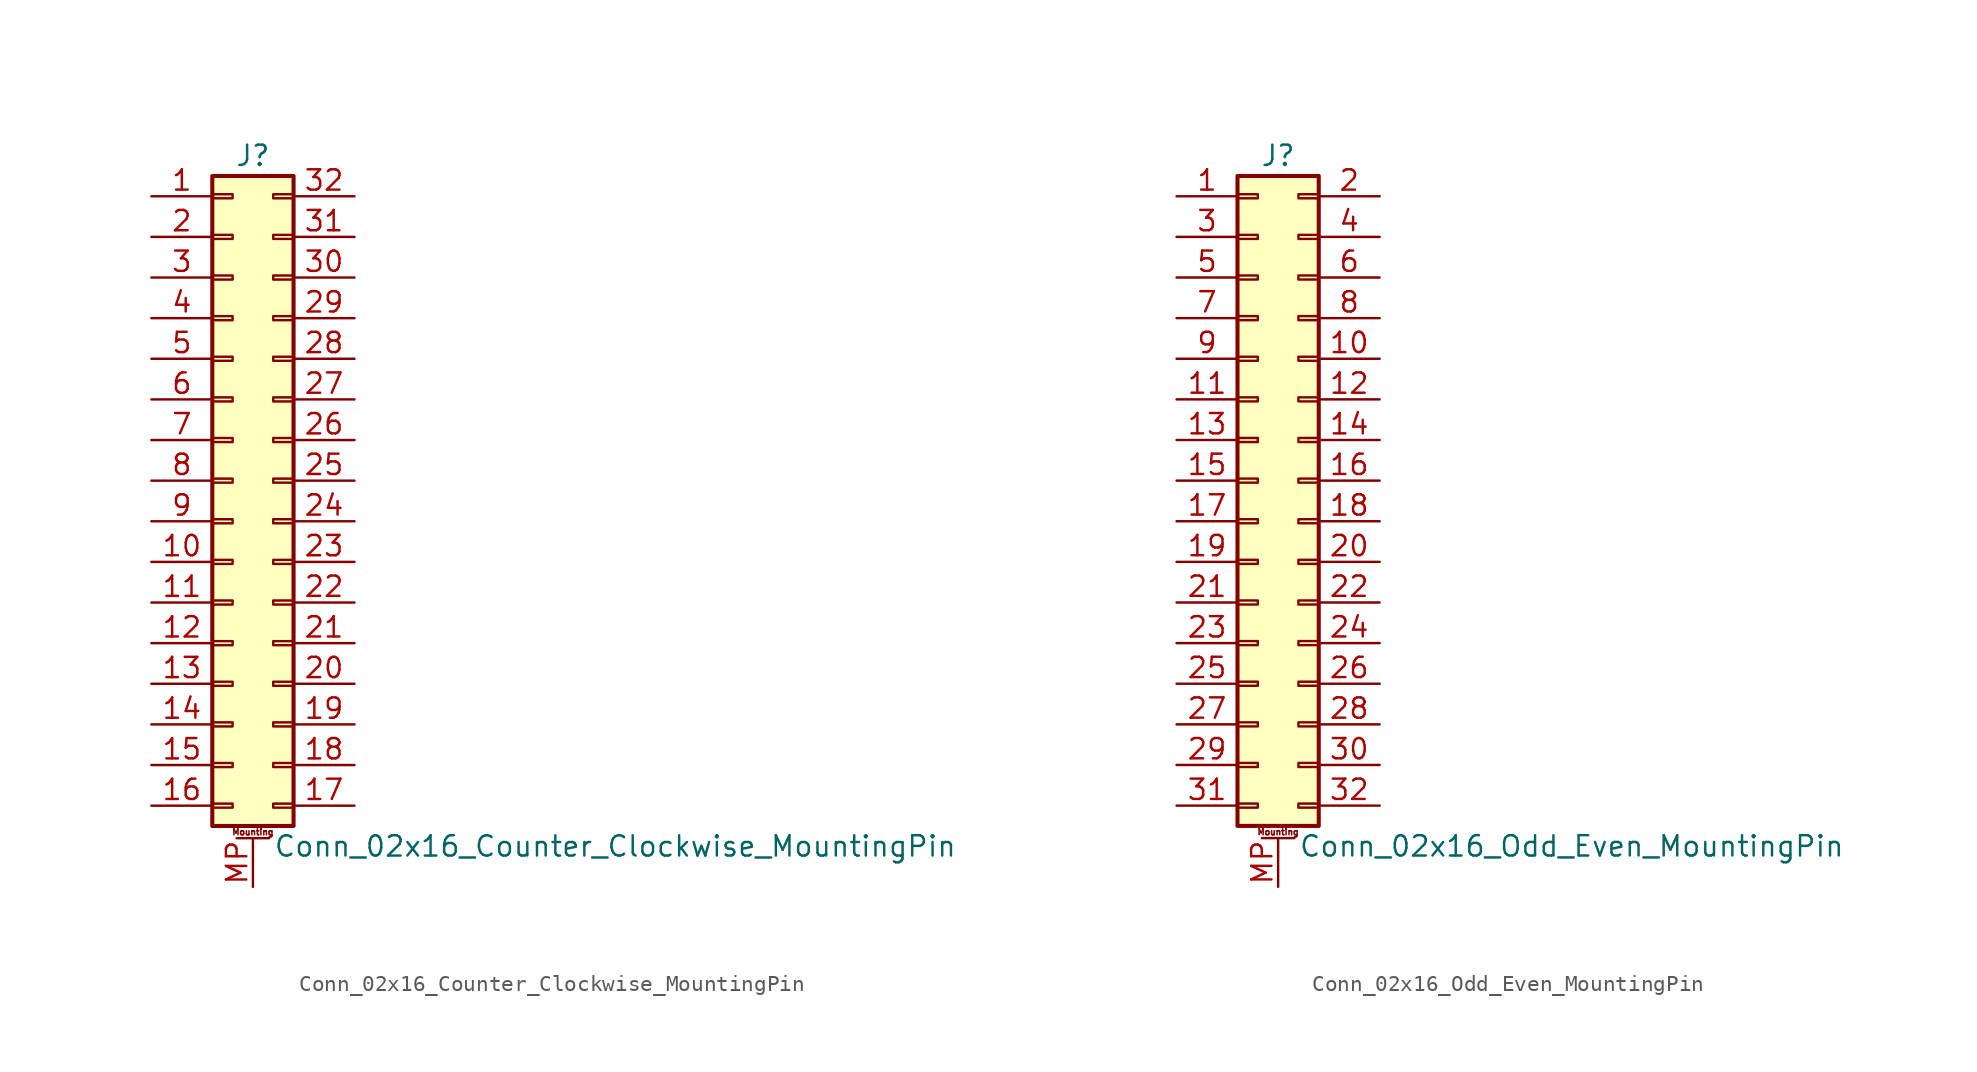
<source format=kicad_sym>
(kicad_symbol_lib
  (version 20201005)
  (generator kicad_symbol_editor)
  (symbol "Conn_02x16_Counter_Clockwise_MountingPin"
    (pin_names
      (offset 1.016) hide)
    (property "Reference" "J"
      (at 1.27 20.32 0)
      (effects (font (size 1.27 1.27))))
    (property "Value" "Conn_02x16_Counter_Clockwise_MountingPin"
      (at 2.54 -22.86 0)
      (effects (font (size 1.27 1.27)) (justify left)))
    (symbol "Conn_02x16_Counter_Clockwise_MountingPin_1_1"
      (text "Mounting" (at 1.27 -21.971 0) (effects (font (size 0.381 0.381))))
      (rectangle (start -1.27 -20.193) (end 0 -20.447) (stroke (width 0.152)) (fill (type none)))
      (rectangle (start -1.27 -17.653) (end 0 -17.907) (stroke (width 0.152)) (fill (type none)))
      (rectangle (start -1.27 -15.113) (end 0 -15.367) (stroke (width 0.152)) (fill (type none)))
      (rectangle (start -1.27 -12.573) (end 0 -12.827) (stroke (width 0.152)) (fill (type none)))
      (rectangle (start -1.27 -10.033) (end 0 -10.287) (stroke (width 0.152)) (fill (type none)))
      (rectangle (start -1.27 -7.493) (end 0 -7.747) (stroke (width 0.152)) (fill (type none)))
      (rectangle (start -1.27 -4.953) (end 0 -5.207) (stroke (width 0.152)) (fill (type none)))
      (rectangle (start -1.27 -2.413) (end 0 -2.667) (stroke (width 0.152)) (fill (type none)))
      (rectangle (start -1.27 0.127) (end 0 -0.127) (stroke (width 0.152)) (fill (type none)))
      (rectangle (start -1.27 2.667) (end 0 2.413) (stroke (width 0.152)) (fill (type none)))
      (rectangle (start -1.27 5.207) (end 0 4.953) (stroke (width 0.152)) (fill (type none)))
      (rectangle (start -1.27 7.747) (end 0 7.493) (stroke (width 0.152)) (fill (type none)))
      (rectangle (start -1.27 10.287) (end 0 10.033) (stroke (width 0.152)) (fill (type none)))
      (rectangle (start -1.27 12.827) (end 0 12.573) (stroke (width 0.152)) (fill (type none)))
      (rectangle (start -1.27 15.367) (end 0 15.113) (stroke (width 0.152)) (fill (type none)))
      (rectangle (start -1.27 17.907) (end 0 17.653) (stroke (width 0.152)) (fill (type none)))
      (rectangle (start 3.81 -20.193) (end 2.54 -20.447) (stroke (width 0.152)) (fill (type none)))
      (rectangle (start 3.81 -17.653) (end 2.54 -17.907) (stroke (width 0.152)) (fill (type none)))
      (rectangle (start 3.81 -15.113) (end 2.54 -15.367) (stroke (width 0.152)) (fill (type none)))
      (rectangle (start 3.81 -12.573) (end 2.54 -12.827) (stroke (width 0.152)) (fill (type none)))
      (rectangle (start 3.81 -10.033) (end 2.54 -10.287) (stroke (width 0.152)) (fill (type none)))
      (rectangle (start 3.81 -7.493) (end 2.54 -7.747) (stroke (width 0.152)) (fill (type none)))
      (rectangle (start 3.81 -4.953) (end 2.54 -5.207) (stroke (width 0.152)) (fill (type none)))
      (rectangle (start 3.81 -2.413) (end 2.54 -2.667) (stroke (width 0.152)) (fill (type none)))
      (rectangle (start 3.81 0.127) (end 2.54 -0.127) (stroke (width 0.152)) (fill (type none)))
      (rectangle (start 3.81 2.667) (end 2.54 2.413) (stroke (width 0.152)) (fill (type none)))
      (rectangle (start 3.81 5.207) (end 2.54 4.953) (stroke (width 0.152)) (fill (type none)))
      (rectangle (start 3.81 7.747) (end 2.54 7.493) (stroke (width 0.152)) (fill (type none)))
      (rectangle (start 3.81 10.287) (end 2.54 10.033) (stroke (width 0.152)) (fill (type none)))
      (rectangle (start 3.81 12.827) (end 2.54 12.573) (stroke (width 0.152)) (fill (type none)))
      (rectangle (start 3.81 15.367) (end 2.54 15.113) (stroke (width 0.152)) (fill (type none)))
      (rectangle (start 3.81 17.907) (end 2.54 17.653) (stroke (width 0.152)) (fill (type none)))
      (rectangle (start -1.27 19.05) (end 3.81 -21.59) (stroke (width 0.254)) (fill (type background)))
      (polyline (pts (xy 0.254 -22.352) (xy 2.286 -22.352)) (stroke (width 0.152)) (fill (type none)))
      (pin passive line (at -5.08 17.78 0) (length 3.81) (name "Pin_1" (effects (font (size 1.27 1.27)))) (number "1" (effects (font (size 1.27 1.27)))))
      (pin passive line (at -5.08 -5.08 0) (length 3.81) (name "Pin_10" (effects (font (size 1.27 1.27)))) (number "10" (effects (font (size 1.27 1.27)))))
      (pin passive line (at -5.08 -7.62 0) (length 3.81) (name "Pin_11" (effects (font (size 1.27 1.27)))) (number "11" (effects (font (size 1.27 1.27)))))
      (pin passive line (at -5.08 -10.16 0) (length 3.81) (name "Pin_12" (effects (font (size 1.27 1.27)))) (number "12" (effects (font (size 1.27 1.27)))))
      (pin passive line (at -5.08 -12.7 0) (length 3.81) (name "Pin_13" (effects (font (size 1.27 1.27)))) (number "13" (effects (font (size 1.27 1.27)))))
      (pin passive line (at -5.08 -15.24 0) (length 3.81) (name "Pin_14" (effects (font (size 1.27 1.27)))) (number "14" (effects (font (size 1.27 1.27)))))
      (pin passive line (at -5.08 -17.78 0) (length 3.81) (name "Pin_15" (effects (font (size 1.27 1.27)))) (number "15" (effects (font (size 1.27 1.27)))))
      (pin passive line (at -5.08 -20.32 0) (length 3.81) (name "Pin_16" (effects (font (size 1.27 1.27)))) (number "16" (effects (font (size 1.27 1.27)))))
      (pin passive line (at 7.62 -20.32 180) (length 3.81) (name "Pin_17" (effects (font (size 1.27 1.27)))) (number "17" (effects (font (size 1.27 1.27)))))
      (pin passive line (at 7.62 -17.78 180) (length 3.81) (name "Pin_18" (effects (font (size 1.27 1.27)))) (number "18" (effects (font (size 1.27 1.27)))))
      (pin passive line (at 7.62 -15.24 180) (length 3.81) (name "Pin_19" (effects (font (size 1.27 1.27)))) (number "19" (effects (font (size 1.27 1.27)))))
      (pin passive line (at -5.08 15.24 0) (length 3.81) (name "Pin_2" (effects (font (size 1.27 1.27)))) (number "2" (effects (font (size 1.27 1.27)))))
      (pin passive line (at 7.62 -12.7 180) (length 3.81) (name "Pin_20" (effects (font (size 1.27 1.27)))) (number "20" (effects (font (size 1.27 1.27)))))
      (pin passive line (at 7.62 -10.16 180) (length 3.81) (name "Pin_21" (effects (font (size 1.27 1.27)))) (number "21" (effects (font (size 1.27 1.27)))))
      (pin passive line (at 7.62 -7.62 180) (length 3.81) (name "Pin_22" (effects (font (size 1.27 1.27)))) (number "22" (effects (font (size 1.27 1.27)))))
      (pin passive line (at 7.62 -5.08 180) (length 3.81) (name "Pin_23" (effects (font (size 1.27 1.27)))) (number "23" (effects (font (size 1.27 1.27)))))
      (pin passive line (at 7.62 -2.54 180) (length 3.81) (name "Pin_24" (effects (font (size 1.27 1.27)))) (number "24" (effects (font (size 1.27 1.27)))))
      (pin passive line (at 7.62 0 180) (length 3.81) (name "Pin_25" (effects (font (size 1.27 1.27)))) (number "25" (effects (font (size 1.27 1.27)))))
      (pin passive line (at 7.62 2.54 180) (length 3.81) (name "Pin_26" (effects (font (size 1.27 1.27)))) (number "26" (effects (font (size 1.27 1.27)))))
      (pin passive line (at 7.62 5.08 180) (length 3.81) (name "Pin_27" (effects (font (size 1.27 1.27)))) (number "27" (effects (font (size 1.27 1.27)))))
      (pin passive line (at 7.62 7.62 180) (length 3.81) (name "Pin_28" (effects (font (size 1.27 1.27)))) (number "28" (effects (font (size 1.27 1.27)))))
      (pin passive line (at 7.62 10.16 180) (length 3.81) (name "Pin_29" (effects (font (size 1.27 1.27)))) (number "29" (effects (font (size 1.27 1.27)))))
      (pin passive line (at -5.08 12.7 0) (length 3.81) (name "Pin_3" (effects (font (size 1.27 1.27)))) (number "3" (effects (font (size 1.27 1.27)))))
      (pin passive line (at 7.62 12.7 180) (length 3.81) (name "Pin_30" (effects (font (size 1.27 1.27)))) (number "30" (effects (font (size 1.27 1.27)))))
      (pin passive line (at 7.62 15.24 180) (length 3.81) (name "Pin_31" (effects (font (size 1.27 1.27)))) (number "31" (effects (font (size 1.27 1.27)))))
      (pin passive line (at 7.62 17.78 180) (length 3.81) (name "Pin_32" (effects (font (size 1.27 1.27)))) (number "32" (effects (font (size 1.27 1.27)))))
      (pin passive line (at -5.08 10.16 0) (length 3.81) (name "Pin_4" (effects (font (size 1.27 1.27)))) (number "4" (effects (font (size 1.27 1.27)))))
      (pin passive line (at -5.08 7.62 0) (length 3.81) (name "Pin_5" (effects (font (size 1.27 1.27)))) (number "5" (effects (font (size 1.27 1.27)))))
      (pin passive line (at -5.08 5.08 0) (length 3.81) (name "Pin_6" (effects (font (size 1.27 1.27)))) (number "6" (effects (font (size 1.27 1.27)))))
      (pin passive line (at -5.08 2.54 0) (length 3.81) (name "Pin_7" (effects (font (size 1.27 1.27)))) (number "7" (effects (font (size 1.27 1.27)))))
      (pin passive line (at -5.08 0 0) (length 3.81) (name "Pin_8" (effects (font (size 1.27 1.27)))) (number "8" (effects (font (size 1.27 1.27)))))
      (pin passive line (at -5.08 -2.54 0) (length 3.81) (name "Pin_9" (effects (font (size 1.27 1.27)))) (number "9" (effects (font (size 1.27 1.27)))))
      (pin passive line (at 1.27 -25.4 90) (length 3.048) (name "MountPin" (effects (font (size 1.27 1.27)))) (number "MP" (effects (font (size 1.27 1.27)))))))
  (symbol "Conn_02x16_Odd_Even_MountingPin"
    (pin_names
      (offset 1.016) hide)
    (property "Reference" "J"
      (at 1.27 20.32 0)
      (effects (font (size 1.27 1.27))))
    (property "Value" "Conn_02x16_Odd_Even_MountingPin"
      (at 2.54 -22.86 0)
      (effects (font (size 1.27 1.27)) (justify left)))
    (symbol "Conn_02x16_Odd_Even_MountingPin_1_1"
      (text "Mounting" (at 1.27 -21.971 0) (effects (font (size 0.381 0.381))))
      (rectangle (start -1.27 -20.193) (end 0 -20.447) (stroke (width 0.152)) (fill (type none)))
      (rectangle (start -1.27 -17.653) (end 0 -17.907) (stroke (width 0.152)) (fill (type none)))
      (rectangle (start -1.27 -15.113) (end 0 -15.367) (stroke (width 0.152)) (fill (type none)))
      (rectangle (start -1.27 -12.573) (end 0 -12.827) (stroke (width 0.152)) (fill (type none)))
      (rectangle (start -1.27 -10.033) (end 0 -10.287) (stroke (width 0.152)) (fill (type none)))
      (rectangle (start -1.27 -7.493) (end 0 -7.747) (stroke (width 0.152)) (fill (type none)))
      (rectangle (start -1.27 -4.953) (end 0 -5.207) (stroke (width 0.152)) (fill (type none)))
      (rectangle (start -1.27 -2.413) (end 0 -2.667) (stroke (width 0.152)) (fill (type none)))
      (rectangle (start -1.27 0.127) (end 0 -0.127) (stroke (width 0.152)) (fill (type none)))
      (rectangle (start -1.27 2.667) (end 0 2.413) (stroke (width 0.152)) (fill (type none)))
      (rectangle (start -1.27 5.207) (end 0 4.953) (stroke (width 0.152)) (fill (type none)))
      (rectangle (start -1.27 7.747) (end 0 7.493) (stroke (width 0.152)) (fill (type none)))
      (rectangle (start -1.27 10.287) (end 0 10.033) (stroke (width 0.152)) (fill (type none)))
      (rectangle (start -1.27 12.827) (end 0 12.573) (stroke (width 0.152)) (fill (type none)))
      (rectangle (start -1.27 15.367) (end 0 15.113) (stroke (width 0.152)) (fill (type none)))
      (rectangle (start -1.27 17.907) (end 0 17.653) (stroke (width 0.152)) (fill (type none)))
      (rectangle (start 3.81 -20.193) (end 2.54 -20.447) (stroke (width 0.152)) (fill (type none)))
      (rectangle (start 3.81 -17.653) (end 2.54 -17.907) (stroke (width 0.152)) (fill (type none)))
      (rectangle (start 3.81 -15.113) (end 2.54 -15.367) (stroke (width 0.152)) (fill (type none)))
      (rectangle (start 3.81 -12.573) (end 2.54 -12.827) (stroke (width 0.152)) (fill (type none)))
      (rectangle (start 3.81 -10.033) (end 2.54 -10.287) (stroke (width 0.152)) (fill (type none)))
      (rectangle (start 3.81 -7.493) (end 2.54 -7.747) (stroke (width 0.152)) (fill (type none)))
      (rectangle (start 3.81 -4.953) (end 2.54 -5.207) (stroke (width 0.152)) (fill (type none)))
      (rectangle (start 3.81 -2.413) (end 2.54 -2.667) (stroke (width 0.152)) (fill (type none)))
      (rectangle (start 3.81 0.127) (end 2.54 -0.127) (stroke (width 0.152)) (fill (type none)))
      (rectangle (start 3.81 2.667) (end 2.54 2.413) (stroke (width 0.152)) (fill (type none)))
      (rectangle (start 3.81 5.207) (end 2.54 4.953) (stroke (width 0.152)) (fill (type none)))
      (rectangle (start 3.81 7.747) (end 2.54 7.493) (stroke (width 0.152)) (fill (type none)))
      (rectangle (start 3.81 10.287) (end 2.54 10.033) (stroke (width 0.152)) (fill (type none)))
      (rectangle (start 3.81 12.827) (end 2.54 12.573) (stroke (width 0.152)) (fill (type none)))
      (rectangle (start 3.81 15.367) (end 2.54 15.113) (stroke (width 0.152)) (fill (type none)))
      (rectangle (start 3.81 17.907) (end 2.54 17.653) (stroke (width 0.152)) (fill (type none)))
      (rectangle (start -1.27 19.05) (end 3.81 -21.59) (stroke (width 0.254)) (fill (type background)))
      (polyline (pts (xy 0.254 -22.352) (xy 2.286 -22.352)) (stroke (width 0.152)) (fill (type none)))
      (pin passive line (at -5.08 17.78 0) (length 3.81) (name "Pin_1" (effects (font (size 1.27 1.27)))) (number "1" (effects (font (size 1.27 1.27)))))
      (pin passive line (at 7.62 7.62 180) (length 3.81) (name "Pin_10" (effects (font (size 1.27 1.27)))) (number "10" (effects (font (size 1.27 1.27)))))
      (pin passive line (at -5.08 5.08 0) (length 3.81) (name "Pin_11" (effects (font (size 1.27 1.27)))) (number "11" (effects (font (size 1.27 1.27)))))
      (pin passive line (at 7.62 5.08 180) (length 3.81) (name "Pin_12" (effects (font (size 1.27 1.27)))) (number "12" (effects (font (size 1.27 1.27)))))
      (pin passive line (at -5.08 2.54 0) (length 3.81) (name "Pin_13" (effects (font (size 1.27 1.27)))) (number "13" (effects (font (size 1.27 1.27)))))
      (pin passive line (at 7.62 2.54 180) (length 3.81) (name "Pin_14" (effects (font (size 1.27 1.27)))) (number "14" (effects (font (size 1.27 1.27)))))
      (pin passive line (at -5.08 0 0) (length 3.81) (name "Pin_15" (effects (font (size 1.27 1.27)))) (number "15" (effects (font (size 1.27 1.27)))))
      (pin passive line (at 7.62 0 180) (length 3.81) (name "Pin_16" (effects (font (size 1.27 1.27)))) (number "16" (effects (font (size 1.27 1.27)))))
      (pin passive line (at -5.08 -2.54 0) (length 3.81) (name "Pin_17" (effects (font (size 1.27 1.27)))) (number "17" (effects (font (size 1.27 1.27)))))
      (pin passive line (at 7.62 -2.54 180) (length 3.81) (name "Pin_18" (effects (font (size 1.27 1.27)))) (number "18" (effects (font (size 1.27 1.27)))))
      (pin passive line (at -5.08 -5.08 0) (length 3.81) (name "Pin_19" (effects (font (size 1.27 1.27)))) (number "19" (effects (font (size 1.27 1.27)))))
      (pin passive line (at 7.62 17.78 180) (length 3.81) (name "Pin_2" (effects (font (size 1.27 1.27)))) (number "2" (effects (font (size 1.27 1.27)))))
      (pin passive line (at 7.62 -5.08 180) (length 3.81) (name "Pin_20" (effects (font (size 1.27 1.27)))) (number "20" (effects (font (size 1.27 1.27)))))
      (pin passive line (at -5.08 -7.62 0) (length 3.81) (name "Pin_21" (effects (font (size 1.27 1.27)))) (number "21" (effects (font (size 1.27 1.27)))))
      (pin passive line (at 7.62 -7.62 180) (length 3.81) (name "Pin_22" (effects (font (size 1.27 1.27)))) (number "22" (effects (font (size 1.27 1.27)))))
      (pin passive line (at -5.08 -10.16 0) (length 3.81) (name "Pin_23" (effects (font (size 1.27 1.27)))) (number "23" (effects (font (size 1.27 1.27)))))
      (pin passive line (at 7.62 -10.16 180) (length 3.81) (name "Pin_24" (effects (font (size 1.27 1.27)))) (number "24" (effects (font (size 1.27 1.27)))))
      (pin passive line (at -5.08 -12.7 0) (length 3.81) (name "Pin_25" (effects (font (size 1.27 1.27)))) (number "25" (effects (font (size 1.27 1.27)))))
      (pin passive line (at 7.62 -12.7 180) (length 3.81) (name "Pin_26" (effects (font (size 1.27 1.27)))) (number "26" (effects (font (size 1.27 1.27)))))
      (pin passive line (at -5.08 -15.24 0) (length 3.81) (name "Pin_27" (effects (font (size 1.27 1.27)))) (number "27" (effects (font (size 1.27 1.27)))))
      (pin passive line (at 7.62 -15.24 180) (length 3.81) (name "Pin_28" (effects (font (size 1.27 1.27)))) (number "28" (effects (font (size 1.27 1.27)))))
      (pin passive line (at -5.08 -17.78 0) (length 3.81) (name "Pin_29" (effects (font (size 1.27 1.27)))) (number "29" (effects (font (size 1.27 1.27)))))
      (pin passive line (at -5.08 15.24 0) (length 3.81) (name "Pin_3" (effects (font (size 1.27 1.27)))) (number "3" (effects (font (size 1.27 1.27)))))
      (pin passive line (at 7.62 -17.78 180) (length 3.81) (name "Pin_30" (effects (font (size 1.27 1.27)))) (number "30" (effects (font (size 1.27 1.27)))))
      (pin passive line (at -5.08 -20.32 0) (length 3.81) (name "Pin_31" (effects (font (size 1.27 1.27)))) (number "31" (effects (font (size 1.27 1.27)))))
      (pin passive line (at 7.62 -20.32 180) (length 3.81) (name "Pin_32" (effects (font (size 1.27 1.27)))) (number "32" (effects (font (size 1.27 1.27)))))
      (pin passive line (at 7.62 15.24 180) (length 3.81) (name "Pin_4" (effects (font (size 1.27 1.27)))) (number "4" (effects (font (size 1.27 1.27)))))
      (pin passive line (at -5.08 12.7 0) (length 3.81) (name "Pin_5" (effects (font (size 1.27 1.27)))) (number "5" (effects (font (size 1.27 1.27)))))
      (pin passive line (at 7.62 12.7 180) (length 3.81) (name "Pin_6" (effects (font (size 1.27 1.27)))) (number "6" (effects (font (size 1.27 1.27)))))
      (pin passive line (at -5.08 10.16 0) (length 3.81) (name "Pin_7" (effects (font (size 1.27 1.27)))) (number "7" (effects (font (size 1.27 1.27)))))
      (pin passive line (at 7.62 10.16 180) (length 3.81) (name "Pin_8" (effects (font (size 1.27 1.27)))) (number "8" (effects (font (size 1.27 1.27)))))
      (pin passive line (at -5.08 7.62 0) (length 3.81) (name "Pin_9" (effects (font (size 1.27 1.27)))) (number "9" (effects (font (size 1.27 1.27)))))
      (pin passive line (at 1.27 -25.4 90) (length 3.048) (name "MountPin" (effects (font (size 1.27 1.27)))) (number "MP" (effects (font (size 1.27 1.27))))))))
</source>
